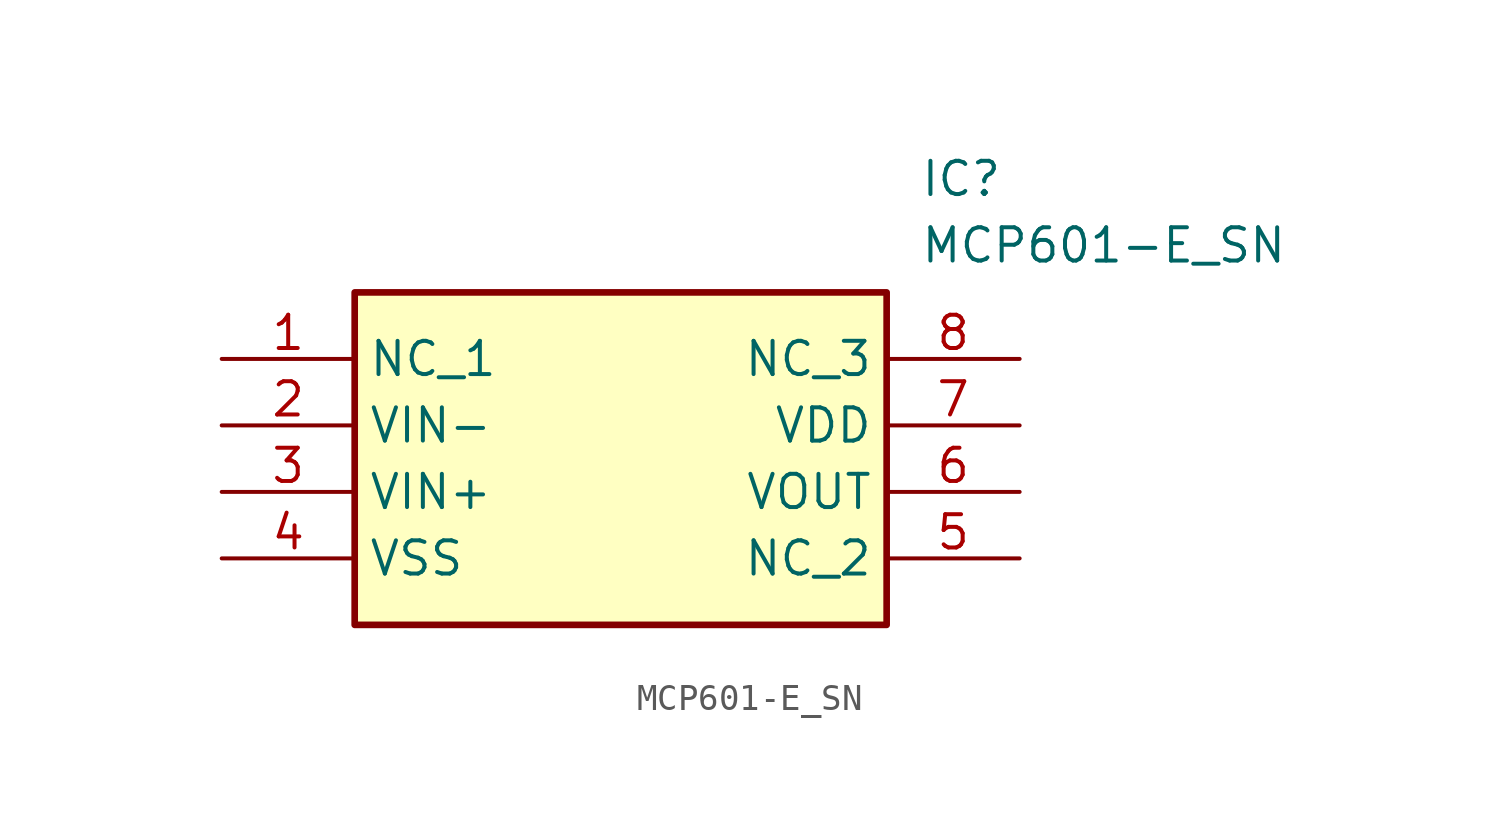
<source format=kicad_sym>
(kicad_symbol_lib
  (version 20231120)
  (generator "kicad_symbol_editor")
  (generator_version "8.0")
  (symbol "MCP601-E_SN"
    (property "Reference" "IC"
      (at 26.67 7.62 0)
      (effects (font (size 1.27 1.27)) (justify left top)))
    (property "Value" "MCP601-E_SN"
      (at 26.67 5.08 0)
      (effects (font (size 1.27 1.27)) (justify left top)))
    (symbol "MCP601-E_SN_1_1"
      (rectangle (start 5.08 2.54) (end 25.4 -10.16) (stroke (width 0.254) (type default)) (fill (type background)))
      (pin passive line (at 0 0 0) (length 5.08) (name "NC_1" (effects (font (size 1.27 1.27)))) (number "1" (effects (font (size 1.27 1.27)))))
      (pin passive line (at 0 -2.54 0) (length 5.08) (name "VIN-" (effects (font (size 1.27 1.27)))) (number "2" (effects (font (size 1.27 1.27)))))
      (pin passive line (at 0 -5.08 0) (length 5.08) (name "VIN+" (effects (font (size 1.27 1.27)))) (number "3" (effects (font (size 1.27 1.27)))))
      (pin passive line (at 0 -7.62 0) (length 5.08) (name "VSS" (effects (font (size 1.27 1.27)))) (number "4" (effects (font (size 1.27 1.27)))))
      (pin passive line (at 30.48 -7.62 180) (length 5.08) (name "NC_2" (effects (font (size 1.27 1.27)))) (number "5" (effects (font (size 1.27 1.27)))))
      (pin passive line (at 30.48 -5.08 180) (length 5.08) (name "VOUT" (effects (font (size 1.27 1.27)))) (number "6" (effects (font (size 1.27 1.27)))))
      (pin passive line (at 30.48 -2.54 180) (length 5.08) (name "VDD" (effects (font (size 1.27 1.27)))) (number "7" (effects (font (size 1.27 1.27)))))
      (pin passive line (at 30.48 0 180) (length 5.08) (name "NC_3" (effects (font (size 1.27 1.27)))) (number "8" (effects (font (size 1.27 1.27))))))))
</source>
